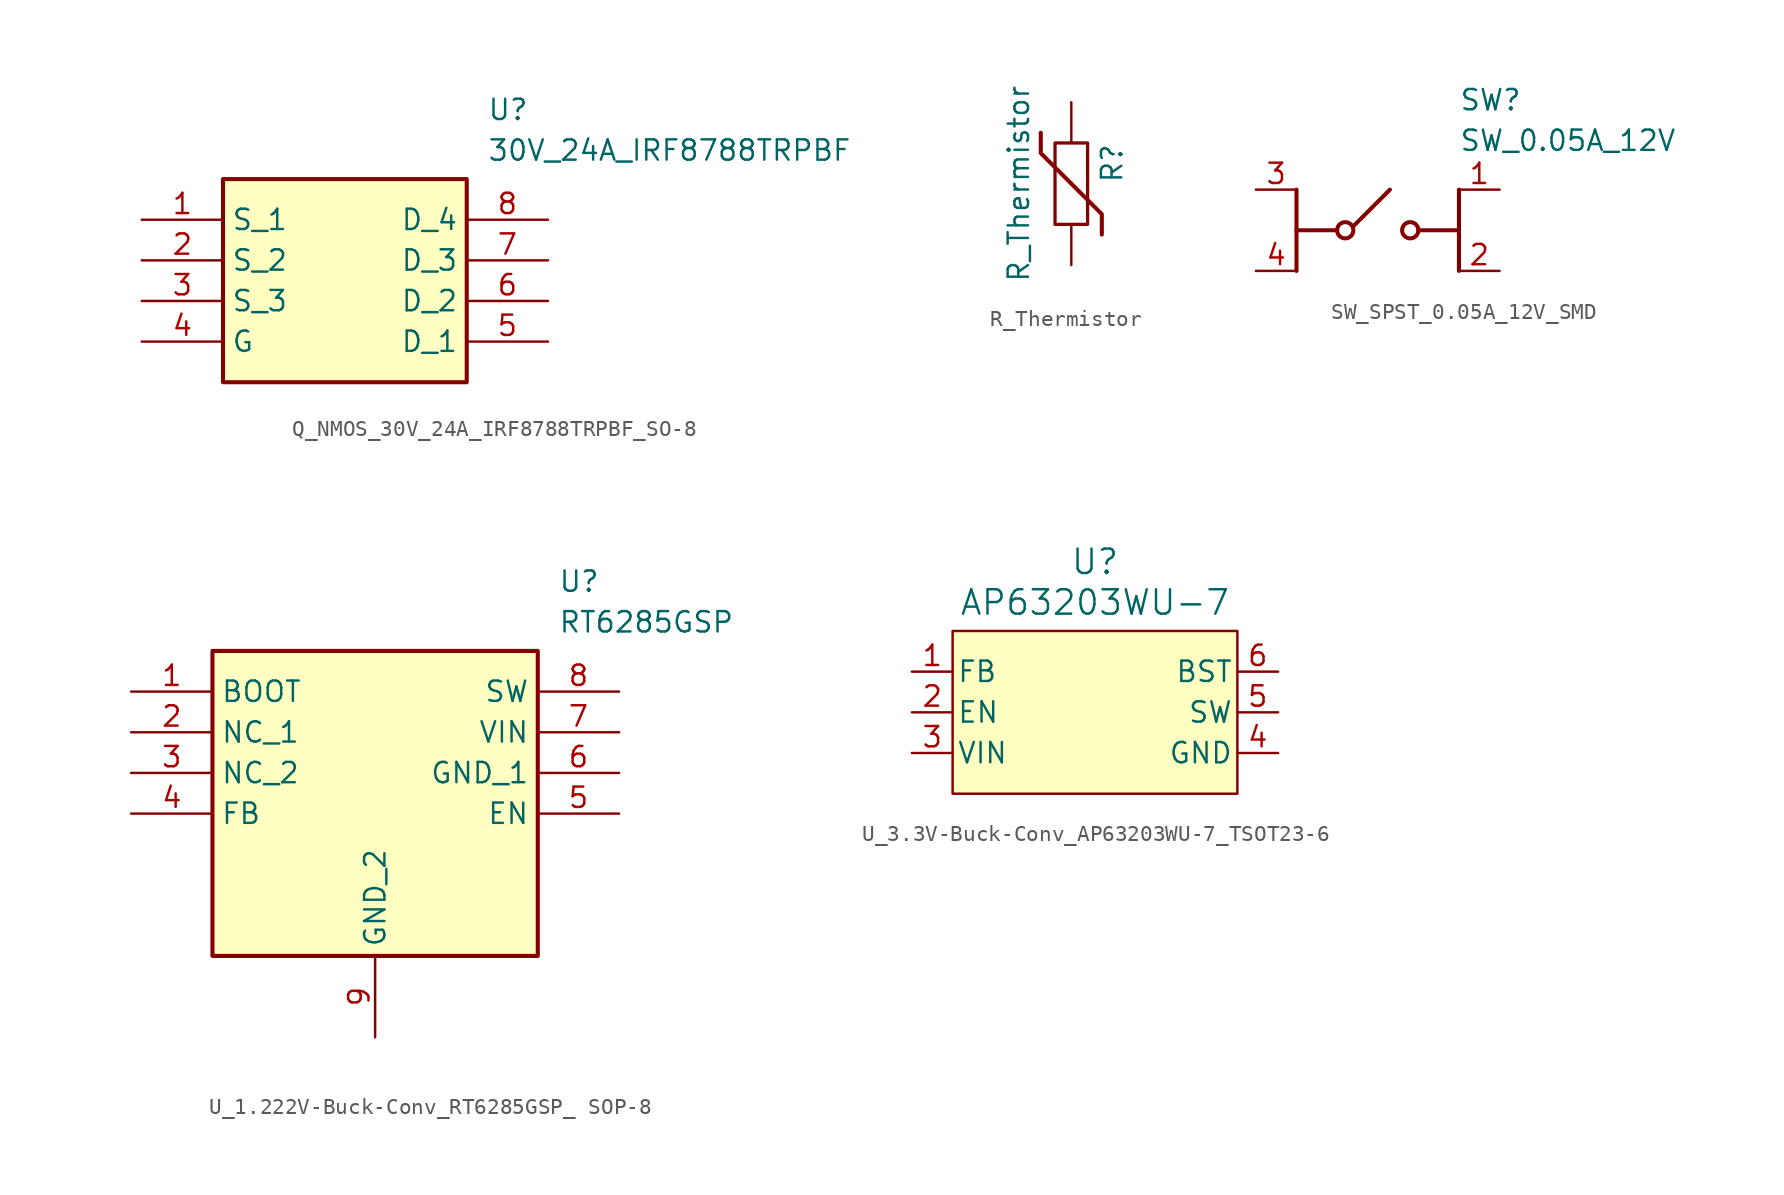
<source format=kicad_sym>
(kicad_symbol_lib
  (version 20241209)
  (generator symbol2library)
  (symbol "Q_NMOS_30V_24A_IRF8788TRPBF_SO-8"
    (property "Reference" "U"
      (at 21.59 7.62 0)
      (effects (font (size 1.27 1.27)) (justify left top)))
    (property "Value" "30V_24A_IRF8788TRPBF"
      (at 21.59 5.08 0)
      (effects (font (size 1.27 1.27)) (justify left top)))
    (symbol "Q_NMOS_30V_24A_IRF8788TRPBF_SO-8_1_1"
      (rectangle (start 5.08 2.54) (end 20.32 -10.16) (stroke (width 0.254) (type default)) (fill (type background)))
      (pin passive line (at 0 0 0) (length 5.08) (name "S_1" (effects (font (size 1.27 1.27)))) (number "1" (effects (font (size 1.27 1.27)))))
      (pin passive line (at 0 -2.54 0) (length 5.08) (name "S_2" (effects (font (size 1.27 1.27)))) (number "2" (effects (font (size 1.27 1.27)))))
      (pin passive line (at 0 -5.08 0) (length 5.08) (name "S_3" (effects (font (size 1.27 1.27)))) (number "3" (effects (font (size 1.27 1.27)))))
      (pin passive line (at 0 -7.62 0) (length 5.08) (name "G" (effects (font (size 1.27 1.27)))) (number "4" (effects (font (size 1.27 1.27)))))
      (pin passive line (at 25.4 0 180) (length 5.08) (name "D_4" (effects (font (size 1.27 1.27)))) (number "8" (effects (font (size 1.27 1.27)))))
      (pin passive line (at 25.4 -2.54 180) (length 5.08) (name "D_3" (effects (font (size 1.27 1.27)))) (number "7" (effects (font (size 1.27 1.27)))))
      (pin passive line (at 25.4 -5.08 180) (length 5.08) (name "D_2" (effects (font (size 1.27 1.27)))) (number "6" (effects (font (size 1.27 1.27)))))
      (pin passive line (at 25.4 -7.62 180) (length 5.08) (name "D_1" (effects (font (size 1.27 1.27)))) (number "5" (effects (font (size 1.27 1.27)))))))
  (symbol "R_Thermistor"
    (pin_numbers
      (hide yes))
    (pin_names
      (offset 0))
    (property "Reference" "R"
      (at 2.54 1.27 90)
      (effects (font (size 1.27 1.27))))
    (property "Value" "R_Thermistor"
      (at -2.54 0 90)
      (effects (font (size 1.27 1.27)) (justify bottom)))
    (symbol "R_Thermistor_0_1"
      (polyline (pts (xy -1.905 3.175) (xy -1.905 1.905) (xy 1.905 -1.905) (xy 1.905 -3.175) (xy 1.905 -3.175)) (stroke (width 0.254) (type default)) (fill (type none)))
      (rectangle (start -1.016 2.54) (end 1.016 -2.54) (stroke (width 0.203) (type default)) (fill (type none))))
    (symbol "R_Thermistor_1_1"
      (pin passive line (at 0 5.08 270) (length 2.54) (name "~" (effects (font (size 1.27 1.27)))) (number "1" (effects (font (size 1.27 1.27)))))
      (pin passive line (at 0 -5.08 90) (length 2.54) (name "~" (effects (font (size 1.27 1.27)))) (number "2" (effects (font (size 1.27 1.27)))))))
  (symbol "SW_SPST_0.05A_12V_SMD"
    (pin_names
      (hide yes))
    (property "Reference" "SW"
      (at 5.08 8.89 0)
      (effects (font (size 1.27 1.27)) (justify left top)))
    (property "Value" "SW_0.05A_12V"
      (at 5.08 6.35 0)
      (effects (font (size 1.27 1.27)) (justify left top)))
    (symbol "SW_SPST_0.05A_12V_SMD_1_1"
      (polyline (pts (xy -5.08 0) (xy -2.54 0)) (stroke (width 0.254) (type default)) (fill (type none)))
      (polyline (pts (xy -5.08 -2.54) (xy -5.08 2.54)) (stroke (width 0.254) (type default)) (fill (type none)))
      (circle (center -2.032 0) (radius 0.508) (stroke (width 0.254) (type default)) (fill (type none)))
      (polyline (pts (xy -1.524 0.254) (xy 0.762 2.54)) (stroke (width 0.254) (type default)) (fill (type none)))
      (circle (center 2.032 0) (radius 0.508) (stroke (width 0.254) (type default)) (fill (type none)))
      (polyline (pts (xy 2.54 0) (xy 5.08 0)) (stroke (width 0.254) (type default)) (fill (type none)))
      (polyline (pts (xy 5.08 -2.54) (xy 5.08 2.54)) (stroke (width 0.254) (type default)) (fill (type none)))
      (pin passive line (at -7.62 2.54 0) (length 2.54) (name "COM_1" (effects (font (size 1.27 1.27)))) (number "3" (effects (font (size 1.27 1.27)))))
      (pin passive line (at -7.62 -2.54 0) (length 2.54) (name "COM_2" (effects (font (size 1.27 1.27)))) (number "4" (effects (font (size 1.27 1.27)))))
      (pin passive line (at 7.62 2.54 180) (length 2.54) (name "NO_1" (effects (font (size 1.27 1.27)))) (number "1" (effects (font (size 1.27 1.27)))))
      (pin passive line (at 7.62 -2.54 180) (length 2.54) (name "NO_2" (effects (font (size 1.27 1.27)))) (number "2" (effects (font (size 1.27 1.27)))))))
  (symbol "U_1.222V-Buck-Conv_RT6285GSP_ SOP-8"
    (property "Reference" "U"
      (at 11.43 13.97 0)
      (effects (font (size 1.27 1.27)) (justify left top)))
    (property "Value" "RT6285GSP"
      (at 11.43 11.43 0)
      (effects (font (size 1.27 1.27)) (justify left top)))
    (symbol "U_1.222V-Buck-Conv_RT6285GSP_ SOP-8_1_1"
      (rectangle (start -10.16 8.89) (end 10.16 -10.16) (stroke (width 0.254) (type default)) (fill (type background)))
      (pin passive line (at -15.24 6.35 0) (length 5.08) (name "BOOT" (effects (font (size 1.27 1.27)))) (number "1" (effects (font (size 1.27 1.27)))))
      (pin passive line (at -15.24 3.81 0) (length 5.08) (name "NC_1" (effects (font (size 1.27 1.27)))) (number "2" (effects (font (size 1.27 1.27)))))
      (pin passive line (at -15.24 1.27 0) (length 5.08) (name "NC_2" (effects (font (size 1.27 1.27)))) (number "3" (effects (font (size 1.27 1.27)))))
      (pin passive line (at -15.24 -1.27 0) (length 5.08) (name "FB" (effects (font (size 1.27 1.27)))) (number "4" (effects (font (size 1.27 1.27)))))
      (pin passive line (at 0 -15.24 90) (length 5.08) (name "GND_2" (effects (font (size 1.27 1.27)))) (number "9" (effects (font (size 1.27 1.27)))))
      (pin passive line (at 15.24 6.35 180) (length 5.08) (name "SW" (effects (font (size 1.27 1.27)))) (number "8" (effects (font (size 1.27 1.27)))))
      (pin passive line (at 15.24 3.81 180) (length 5.08) (name "VIN" (effects (font (size 1.27 1.27)))) (number "7" (effects (font (size 1.27 1.27)))))
      (pin passive line (at 15.24 1.27 180) (length 5.08) (name "GND_1" (effects (font (size 1.27 1.27)))) (number "6" (effects (font (size 1.27 1.27)))))
      (pin passive line (at 15.24 -1.27 180) (length 5.08) (name "EN" (effects (font (size 1.27 1.27)))) (number "5" (effects (font (size 1.27 1.27)))))))
  (symbol "U_3.3V-Buck-Conv_AP63203WU-7_TSOT23-6"
    (pin_names
      (offset 0.254))
    (property "Reference" "U"
      (at 0 9.398 0)
      (effects (font (size 1.524 1.524))))
    (property "Value" "AP63203WU-7"
      (at 0 6.858 0)
      (effects (font (size 1.524 1.524))))
    (symbol "U_3.3V-Buck-Conv_AP63203WU-7_TSOT23-6_0_1"
      (pin output line (at -11.43 2.54 0) (length 2.54) (name "FB" (effects (font (size 1.27 1.27)))) (number "1" (effects (font (size 1.27 1.27)))))
      (pin input line (at -11.43 0 0) (length 2.54) (name "EN" (effects (font (size 1.27 1.27)))) (number "2" (effects (font (size 1.27 1.27)))))
      (pin input line (at 11.43 2.54 180) (length 2.54) (name "BST" (effects (font (size 1.27 1.27)))) (number "6" (effects (font (size 1.27 1.27)))))
      (pin output line (at 11.43 0 180) (length 2.54) (name "SW" (effects (font (size 1.27 1.27)))) (number "5" (effects (font (size 1.27 1.27)))))
      (pin power_out line (at 11.43 -2.54 180) (length 2.54) (name "GND" (effects (font (size 1.27 1.27)))) (number "4" (effects (font (size 1.27 1.27))))))
    (symbol "U_3.3V-Buck-Conv_AP63203WU-7_TSOT23-6_1_1"
      (rectangle (start -8.89 5.08) (end 8.89 -5.08) (stroke (width 0) (type solid)) (fill (type color) (color 255 255 194 1)))
      (pin power_in line (at -11.43 -2.54 0) (length 2.54) (name "VIN" (effects (font (size 1.27 1.27)))) (number "3" (effects (font (size 1.27 1.27))))))))
</source>
